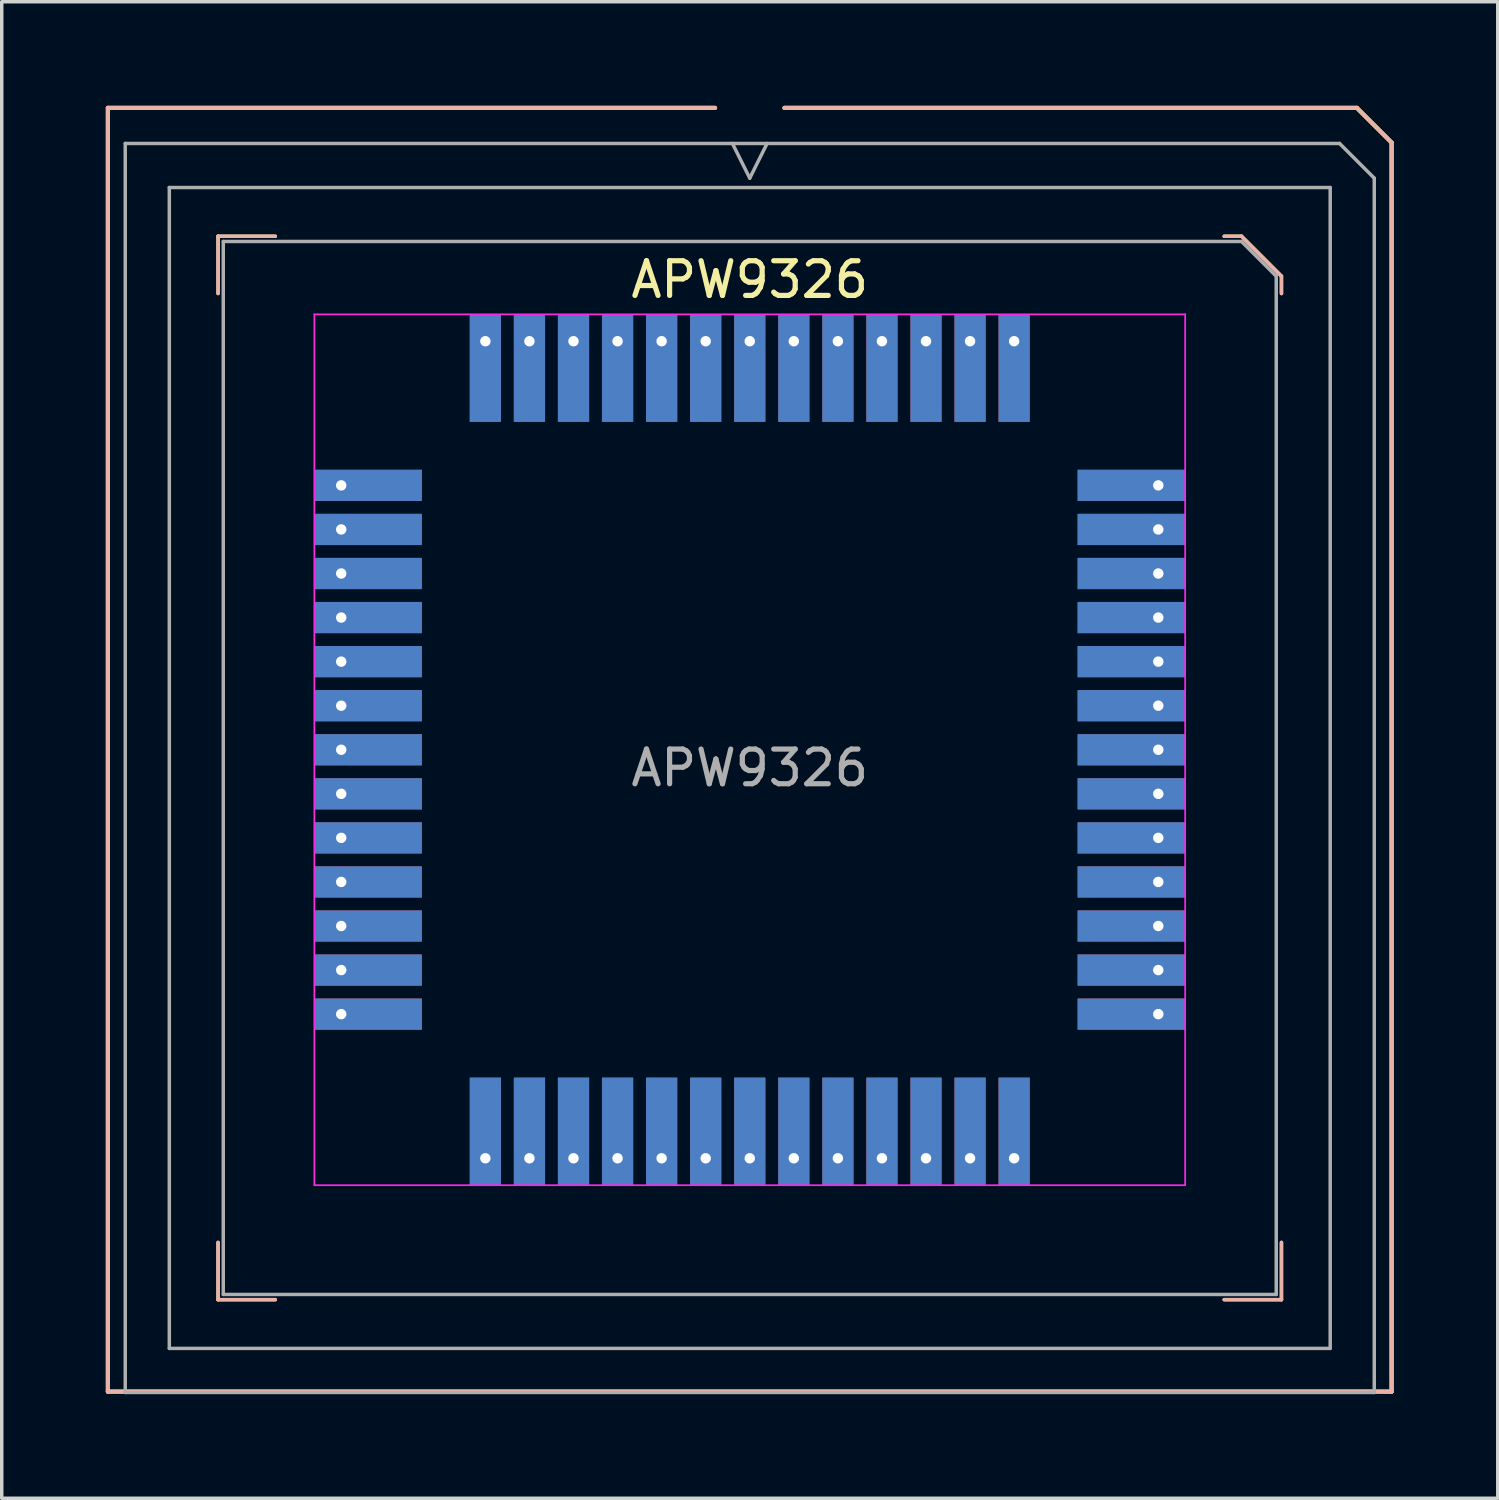
<source format=kicad_pcb>
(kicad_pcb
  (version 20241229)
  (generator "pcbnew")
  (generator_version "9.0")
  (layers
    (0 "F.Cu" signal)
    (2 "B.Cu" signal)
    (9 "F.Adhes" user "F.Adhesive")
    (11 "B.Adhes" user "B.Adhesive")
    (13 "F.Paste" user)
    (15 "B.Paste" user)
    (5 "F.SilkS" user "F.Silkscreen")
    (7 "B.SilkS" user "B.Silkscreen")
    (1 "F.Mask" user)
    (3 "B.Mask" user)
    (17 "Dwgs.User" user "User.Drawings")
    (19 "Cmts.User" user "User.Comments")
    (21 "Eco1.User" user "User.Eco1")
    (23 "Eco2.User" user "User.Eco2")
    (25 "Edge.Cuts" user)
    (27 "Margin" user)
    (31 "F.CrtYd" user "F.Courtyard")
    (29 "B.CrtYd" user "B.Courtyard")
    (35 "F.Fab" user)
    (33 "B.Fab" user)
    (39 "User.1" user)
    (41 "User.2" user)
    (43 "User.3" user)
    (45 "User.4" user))
  (footprint "APW9326"
    (layer "F.Cu")
    (at 18.56 18.56)
    (property "Reference" "APW9326" (at 0 -13.55 180) (layer "F.SilkS") (effects (font (size 1 1) (thickness 0.15))))
    (attr smd)
    (fp_line (start -18.5 -18.5) (end -1 -18.5) (stroke (width 0.12) (type solid)) (layer "F.SilkS"))
    (fp_line (start -18.5 18.5) (end -18.5 -18.5) (stroke (width 0.12) (type solid)) (layer "F.SilkS"))
    (fp_line (start -15.325 -14.8) (end -15.325 -13.15) (stroke (width 0.1) (type solid)) (layer "F.SilkS"))
    (fp_line (start -15.325 15.85) (end -15.325 14.2) (stroke (width 0.1) (type solid)) (layer "F.SilkS"))
    (fp_line (start -13.675 -14.8) (end -15.325 -14.8) (stroke (width 0.1) (type solid)) (layer "F.SilkS"))
    (fp_line (start -13.675 15.85) (end -15.325 15.85) (stroke (width 0.1) (type solid)) (layer "F.SilkS"))
    (fp_line (start 1 -18.5) (end 17.5 -18.5) (stroke (width 0.12) (type solid)) (layer "F.SilkS"))
    (fp_line (start 13.675 -14.8) (end 14.175 -14.8) (stroke (width 0.1) (type solid)) (layer "F.SilkS"))
    (fp_line (start 13.675 15.85) (end 15.325 15.85) (stroke (width 0.1) (type solid)) (layer "F.SilkS"))
    (fp_line (start 14.175 -14.8) (end 15.325 -13.65) (stroke (width 0.1) (type solid)) (layer "F.SilkS"))
    (fp_line (start 15.325 -13.65) (end 15.325 -13.15) (stroke (width 0.1) (type solid)) (layer "F.SilkS"))
    (fp_line (start 15.325 15.85) (end 15.325 14.2) (stroke (width 0.1) (type solid)) (layer "F.SilkS"))
    (fp_line (start 17.5 -18.5) (end 18.5 -17.5) (stroke (width 0.12) (type solid)) (layer "F.SilkS"))
    (fp_line (start 18.5 -17.5) (end 18.5 18.5) (stroke (width 0.12) (type solid)) (layer "F.SilkS"))
    (fp_line (start 18.5 18.5) (end -18.5 18.5) (stroke (width 0.12) (type solid)) (layer "F.SilkS"))
    (fp_line (start -18.5 -18.5) (end -1 -18.5) (stroke (width 0.12) (type solid)) (layer "B.SilkS"))
    (fp_line (start -18.5 18.5) (end -18.5 -18.5) (stroke (width 0.12) (type solid)) (layer "B.SilkS"))
    (fp_line (start -15.325 -14.8) (end -15.325 -13.15) (stroke (width 0.1) (type solid)) (layer "B.SilkS"))
    (fp_line (start -15.325 15.85) (end -15.325 14.2) (stroke (width 0.1) (type solid)) (layer "B.SilkS"))
    (fp_line (start -13.675 -14.8) (end -15.325 -14.8) (stroke (width 0.1) (type solid)) (layer "B.SilkS"))
    (fp_line (start -13.675 15.85) (end -15.325 15.85) (stroke (width 0.1) (type solid)) (layer "B.SilkS"))
    (fp_line (start 1 -18.5) (end 17.5 -18.5) (stroke (width 0.12) (type solid)) (layer "B.SilkS"))
    (fp_line (start 13.675 -14.8) (end 14.175 -14.8) (stroke (width 0.1) (type solid)) (layer "B.SilkS"))
    (fp_line (start 13.675 15.85) (end 15.325 15.85) (stroke (width 0.1) (type solid)) (layer "B.SilkS"))
    (fp_line (start 14.175 -14.8) (end 15.325 -13.65) (stroke (width 0.1) (type solid)) (layer "B.SilkS"))
    (fp_line (start 15.325 -13.65) (end 15.325 -13.15) (stroke (width 0.1) (type solid)) (layer "B.SilkS"))
    (fp_line (start 15.325 15.85) (end 15.325 14.2) (stroke (width 0.1) (type solid)) (layer "B.SilkS"))
    (fp_line (start 17.5 -18.5) (end 18.5 -17.5) (stroke (width 0.12) (type solid)) (layer "B.SilkS"))
    (fp_line (start 18.5 -17.5) (end 18.5 18.5) (stroke (width 0.12) (type solid)) (layer "B.SilkS"))
    (fp_line (start 18.5 18.5) (end -18.5 18.5) (stroke (width 0.12) (type solid)) (layer "B.SilkS"))
    (fp_line (start -12.55 -12.55) (end 12.55 -12.55) (stroke (width 0.05) (type solid)) (layer "F.CrtYd"))
    (fp_line (start -12.55 12.55) (end -12.55 -12.55) (stroke (width 0.05) (type solid)) (layer "F.CrtYd"))
    (fp_line (start 12.55 -12.55) (end 12.55 12.55) (stroke (width 0.05) (type solid)) (layer "F.CrtYd"))
    (fp_line (start 12.55 12.55) (end -12.55 12.55) (stroke (width 0.05) (type solid)) (layer "F.CrtYd"))
    (fp_line (start -18 -17.475) (end 17 -17.475) (stroke (width 0.1) (type solid)) (layer "F.Fab"))
    (fp_line (start -18 18.525) (end -18 -17.475) (stroke (width 0.1) (type solid)) (layer "F.Fab"))
    (fp_line (start -16.73 -16.205) (end 16.73 -16.205) (stroke (width 0.1) (type solid)) (layer "F.Fab"))
    (fp_line (start -16.73 17.255) (end -16.73 -16.205) (stroke (width 0.1) (type solid)) (layer "F.Fab"))
    (fp_line (start -15.175 -14.65) (end 14.175 -14.65) (stroke (width 0.1) (type solid)) (layer "F.Fab"))
    (fp_line (start -15.175 15.7) (end -15.175 -14.65) (stroke (width 0.1) (type solid)) (layer "F.Fab"))
    (fp_line (start 0 -16.475) (end -0.5 -17.475) (stroke (width 0.1) (type solid)) (layer "F.Fab"))
    (fp_line (start 0.5 -17.475) (end 0 -16.475) (stroke (width 0.1) (type solid)) (layer "F.Fab"))
    (fp_line (start 14.175 -14.65) (end 15.175 -13.65) (stroke (width 0.1) (type solid)) (layer "F.Fab"))
    (fp_line (start 15.175 -13.65) (end 15.175 15.7) (stroke (width 0.1) (type solid)) (layer "F.Fab"))
    (fp_line (start 15.175 15.7) (end -15.175 15.7) (stroke (width 0.1) (type solid)) (layer "F.Fab"))
    (fp_line (start 16.73 -16.205) (end 16.73 17.255) (stroke (width 0.1) (type solid)) (layer "F.Fab"))
    (fp_line (start 16.73 17.255) (end -16.73 17.255) (stroke (width 0.1) (type solid)) (layer "F.Fab"))
    (fp_line (start 17 -17.475) (end 18 -16.475) (stroke (width 0.1) (type solid)) (layer "F.Fab"))
    (fp_line (start 18 -16.475) (end 18 18.525) (stroke (width 0.1) (type solid)) (layer "F.Fab"))
    (fp_line (start 18 18.525) (end -18 18.525) (stroke (width 0.1) (type solid)) (layer "F.Fab"))
    (fp_text user "${REFERENCE}" (at 0 0.525 180) (layer "F.Fab") (effects (font (size 1 1) (thickness 0.15))))
    (pad "1" thru_hole rect (at 0 -11.775) (size 0.9 3.1) (drill 0.3 (offset 0 0.775)) (layers "*.Cu" "*.Mask"))
    (pad "2" thru_hole rect (at 1.27 -11.775) (size 0.9 3.1) (drill 0.3 (offset 0 0.775)) (layers "*.Cu" "*.Mask"))
    (pad "3" thru_hole rect (at 2.54 -11.775) (size 0.9 3.1) (drill 0.3 (offset 0 0.775)) (layers "*.Cu" "*.Mask"))
    (pad "4" thru_hole rect (at 3.81 -11.775) (size 0.9 3.1) (drill 0.3 (offset 0 0.775)) (layers "*.Cu" "*.Mask"))
    (pad "5" thru_hole rect (at 5.08 -11.775) (size 0.9 3.1) (drill 0.3 (offset 0 0.775)) (layers "*.Cu" "*.Mask"))
    (pad "6" thru_hole rect (at 6.35 -11.775) (size 0.9 3.1) (drill 0.3 (offset 0 0.775)) (layers "*.Cu" "*.Mask"))
    (pad "7" thru_hole rect (at 7.62 -11.775) (size 0.9 3.1) (drill 0.3 (offset 0 0.775)) (layers "*.Cu" "*.Mask"))
    (pad "8" thru_hole rect (at 11.775 -7.62) (size 3.1 0.9) (drill 0.3 (offset -0.775 0)) (layers "*.Cu" "*.Mask"))
    (pad "9" thru_hole rect (at 11.775 -6.35) (size 3.1 0.9) (drill 0.3 (offset -0.775 0)) (layers "*.Cu" "*.Mask"))
    (pad "10" thru_hole rect (at 11.775 -5.08) (size 3.1 0.9) (drill 0.3 (offset -0.775 0)) (layers "*.Cu" "*.Mask"))
    (pad "11" thru_hole rect (at 11.775 -3.81) (size 3.1 0.9) (drill 0.3 (offset -0.775 0)) (layers "*.Cu" "*.Mask"))
    (pad "12" thru_hole rect (at 11.775 -2.54) (size 3.1 0.9) (drill 0.3 (offset -0.775 0)) (layers "*.Cu" "*.Mask"))
    (pad "13" thru_hole rect (at 11.775 -1.27) (size 3.1 0.9) (drill 0.3 (offset -0.775 0)) (layers "*.Cu" "*.Mask"))
    (pad "14" thru_hole rect (at 11.775 0) (size 3.1 0.9) (drill 0.3 (offset -0.775 0)) (layers "*.Cu" "*.Mask"))
    (pad "15" thru_hole rect (at 11.775 1.27) (size 3.1 0.9) (drill 0.3 (offset -0.775 0)) (layers "*.Cu" "*.Mask"))
    (pad "16" thru_hole rect (at 11.775 2.54) (size 3.1 0.9) (drill 0.3 (offset -0.775 0)) (layers "*.Cu" "*.Mask"))
    (pad "17" thru_hole rect (at 11.775 3.81) (size 3.1 0.9) (drill 0.3 (offset -0.775 0)) (layers "*.Cu" "*.Mask"))
    (pad "18" thru_hole rect (at 11.775 5.08) (size 3.1 0.9) (drill 0.3 (offset -0.775 0)) (layers "*.Cu" "*.Mask"))
    (pad "19" thru_hole rect (at 11.775 6.35) (size 3.1 0.9) (drill 0.3 (offset -0.775 0)) (layers "*.Cu" "*.Mask"))
    (pad "20" thru_hole rect (at 11.775 7.62) (size 3.1 0.9) (drill 0.3 (offset -0.775 0)) (layers "*.Cu" "*.Mask"))
    (pad "21" thru_hole rect (at 7.62 11.775) (size 0.9 3.1) (drill 0.3 (offset 0 -0.775)) (layers "*.Cu" "*.Mask"))
    (pad "22" thru_hole rect (at 6.35 11.775) (size 0.9 3.1) (drill 0.3 (offset 0 -0.775)) (layers "*.Cu" "*.Mask"))
    (pad "23" thru_hole rect (at 5.08 11.775) (size 0.9 3.1) (drill 0.3 (offset 0 -0.775)) (layers "*.Cu" "*.Mask"))
    (pad "24" thru_hole rect (at 3.81 11.775) (size 0.9 3.1) (drill 0.3 (offset 0 -0.775)) (layers "*.Cu" "*.Mask"))
    (pad "25" thru_hole rect (at 2.54 11.775) (size 0.9 3.1) (drill 0.3 (offset 0 -0.775)) (layers "*.Cu" "*.Mask"))
    (pad "26" thru_hole rect (at 1.27 11.775) (size 0.9 3.1) (drill 0.3 (offset 0 -0.775)) (layers "*.Cu" "*.Mask"))
    (pad "27" thru_hole rect (at 0 11.775) (size 0.9 3.1) (drill 0.3 (offset 0 -0.775)) (layers "*.Cu" "*.Mask"))
    (pad "28" thru_hole rect (at -1.27 11.775) (size 0.9 3.1) (drill 0.3 (offset 0 -0.775)) (layers "*.Cu" "*.Mask"))
    (pad "29" thru_hole rect (at -2.54 11.775) (size 0.9 3.1) (drill 0.3 (offset 0 -0.775)) (layers "*.Cu" "*.Mask"))
    (pad "30" thru_hole rect (at -3.81 11.775) (size 0.9 3.1) (drill 0.3 (offset 0 -0.775)) (layers "*.Cu" "*.Mask"))
    (pad "31" thru_hole rect (at -5.08 11.775) (size 0.9 3.1) (drill 0.3 (offset 0 -0.775)) (layers "*.Cu" "*.Mask"))
    (pad "32" thru_hole rect (at -6.35 11.775) (size 0.9 3.1) (drill 0.3 (offset 0 -0.775)) (layers "*.Cu" "*.Mask"))
    (pad "33" thru_hole rect (at -7.62 11.775) (size 0.9 3.1) (drill 0.3 (offset 0 -0.775)) (layers "*.Cu" "*.Mask"))
    (pad "34" thru_hole rect (at -11.775 7.62) (size 3.1 0.9) (drill 0.3 (offset 0.775 0)) (layers "*.Cu" "*.Mask"))
    (pad "35" thru_hole rect (at -11.775 6.35) (size 3.1 0.9) (drill 0.3 (offset 0.775 0)) (layers "*.Cu" "*.Mask"))
    (pad "36" thru_hole rect (at -11.775 5.08) (size 3.1 0.9) (drill 0.3 (offset 0.775 0)) (layers "*.Cu" "*.Mask"))
    (pad "37" thru_hole rect (at -11.775 3.81) (size 3.1 0.9) (drill 0.3 (offset 0.775 0)) (layers "*.Cu" "*.Mask"))
    (pad "38" thru_hole rect (at -11.775 2.54) (size 3.1 0.9) (drill 0.3 (offset 0.775 0)) (layers "*.Cu" "*.Mask"))
    (pad "39" thru_hole rect (at -11.775 1.27) (size 3.1 0.9) (drill 0.3 (offset 0.775 0)) (layers "*.Cu" "*.Mask"))
    (pad "40" thru_hole rect (at -11.775 0) (size 3.1 0.9) (drill 0.3 (offset 0.775 0)) (layers "*.Cu" "*.Mask"))
    (pad "41" thru_hole rect (at -11.775 -1.27) (size 3.1 0.9) (drill 0.3 (offset 0.775 0)) (layers "*.Cu" "*.Mask"))
    (pad "42" thru_hole rect (at -11.775 -2.54) (size 3.1 0.9) (drill 0.3 (offset 0.775 0)) (layers "*.Cu" "*.Mask"))
    (pad "43" thru_hole rect (at -11.775 -3.81) (size 3.1 0.9) (drill 0.3 (offset 0.775 0)) (layers "*.Cu" "*.Mask"))
    (pad "44" thru_hole rect (at -11.775 -5.08) (size 3.1 0.9) (drill 0.3 (offset 0.775 0)) (layers "*.Cu" "*.Mask"))
    (pad "45" thru_hole rect (at -11.775 -6.35) (size 3.1 0.9) (drill 0.3 (offset 0.775 0)) (layers "*.Cu" "*.Mask"))
    (pad "46" thru_hole rect (at -11.775 -7.62) (size 3.1 0.9) (drill 0.3 (offset 0.775 0)) (layers "*.Cu" "*.Mask"))
    (pad "47" thru_hole rect (at -7.62 -11.775) (size 0.9 3.1) (drill 0.3 (offset 0 0.775)) (layers "*.Cu" "*.Mask"))
    (pad "48" thru_hole rect (at -6.35 -11.775) (size 0.9 3.1) (drill 0.3 (offset 0 0.775)) (layers "*.Cu" "*.Mask"))
    (pad "49" thru_hole rect (at -5.08 -11.775) (size 0.9 3.1) (drill 0.3 (offset 0 0.775)) (layers "*.Cu" "*.Mask"))
    (pad "50" thru_hole rect (at -3.81 -11.775) (size 0.9 3.1) (drill 0.3 (offset 0 0.775)) (layers "*.Cu" "*.Mask"))
    (pad "51" thru_hole rect (at -2.54 -11.775) (size 0.9 3.1) (drill 0.3 (offset 0 0.775)) (layers "*.Cu" "*.Mask"))
    (pad "52" thru_hole rect (at -1.27 -11.775) (size 0.9 3.1) (drill 0.3 (offset 0 0.775)) (layers "*.Cu" "*.Mask")))
  (gr_rect
    (start -3 -3)
    (end 40.12 40.135)
    (stroke (width 0.1) (type default))
    (fill no)
    (layer "Edge.Cuts")))
</source>
